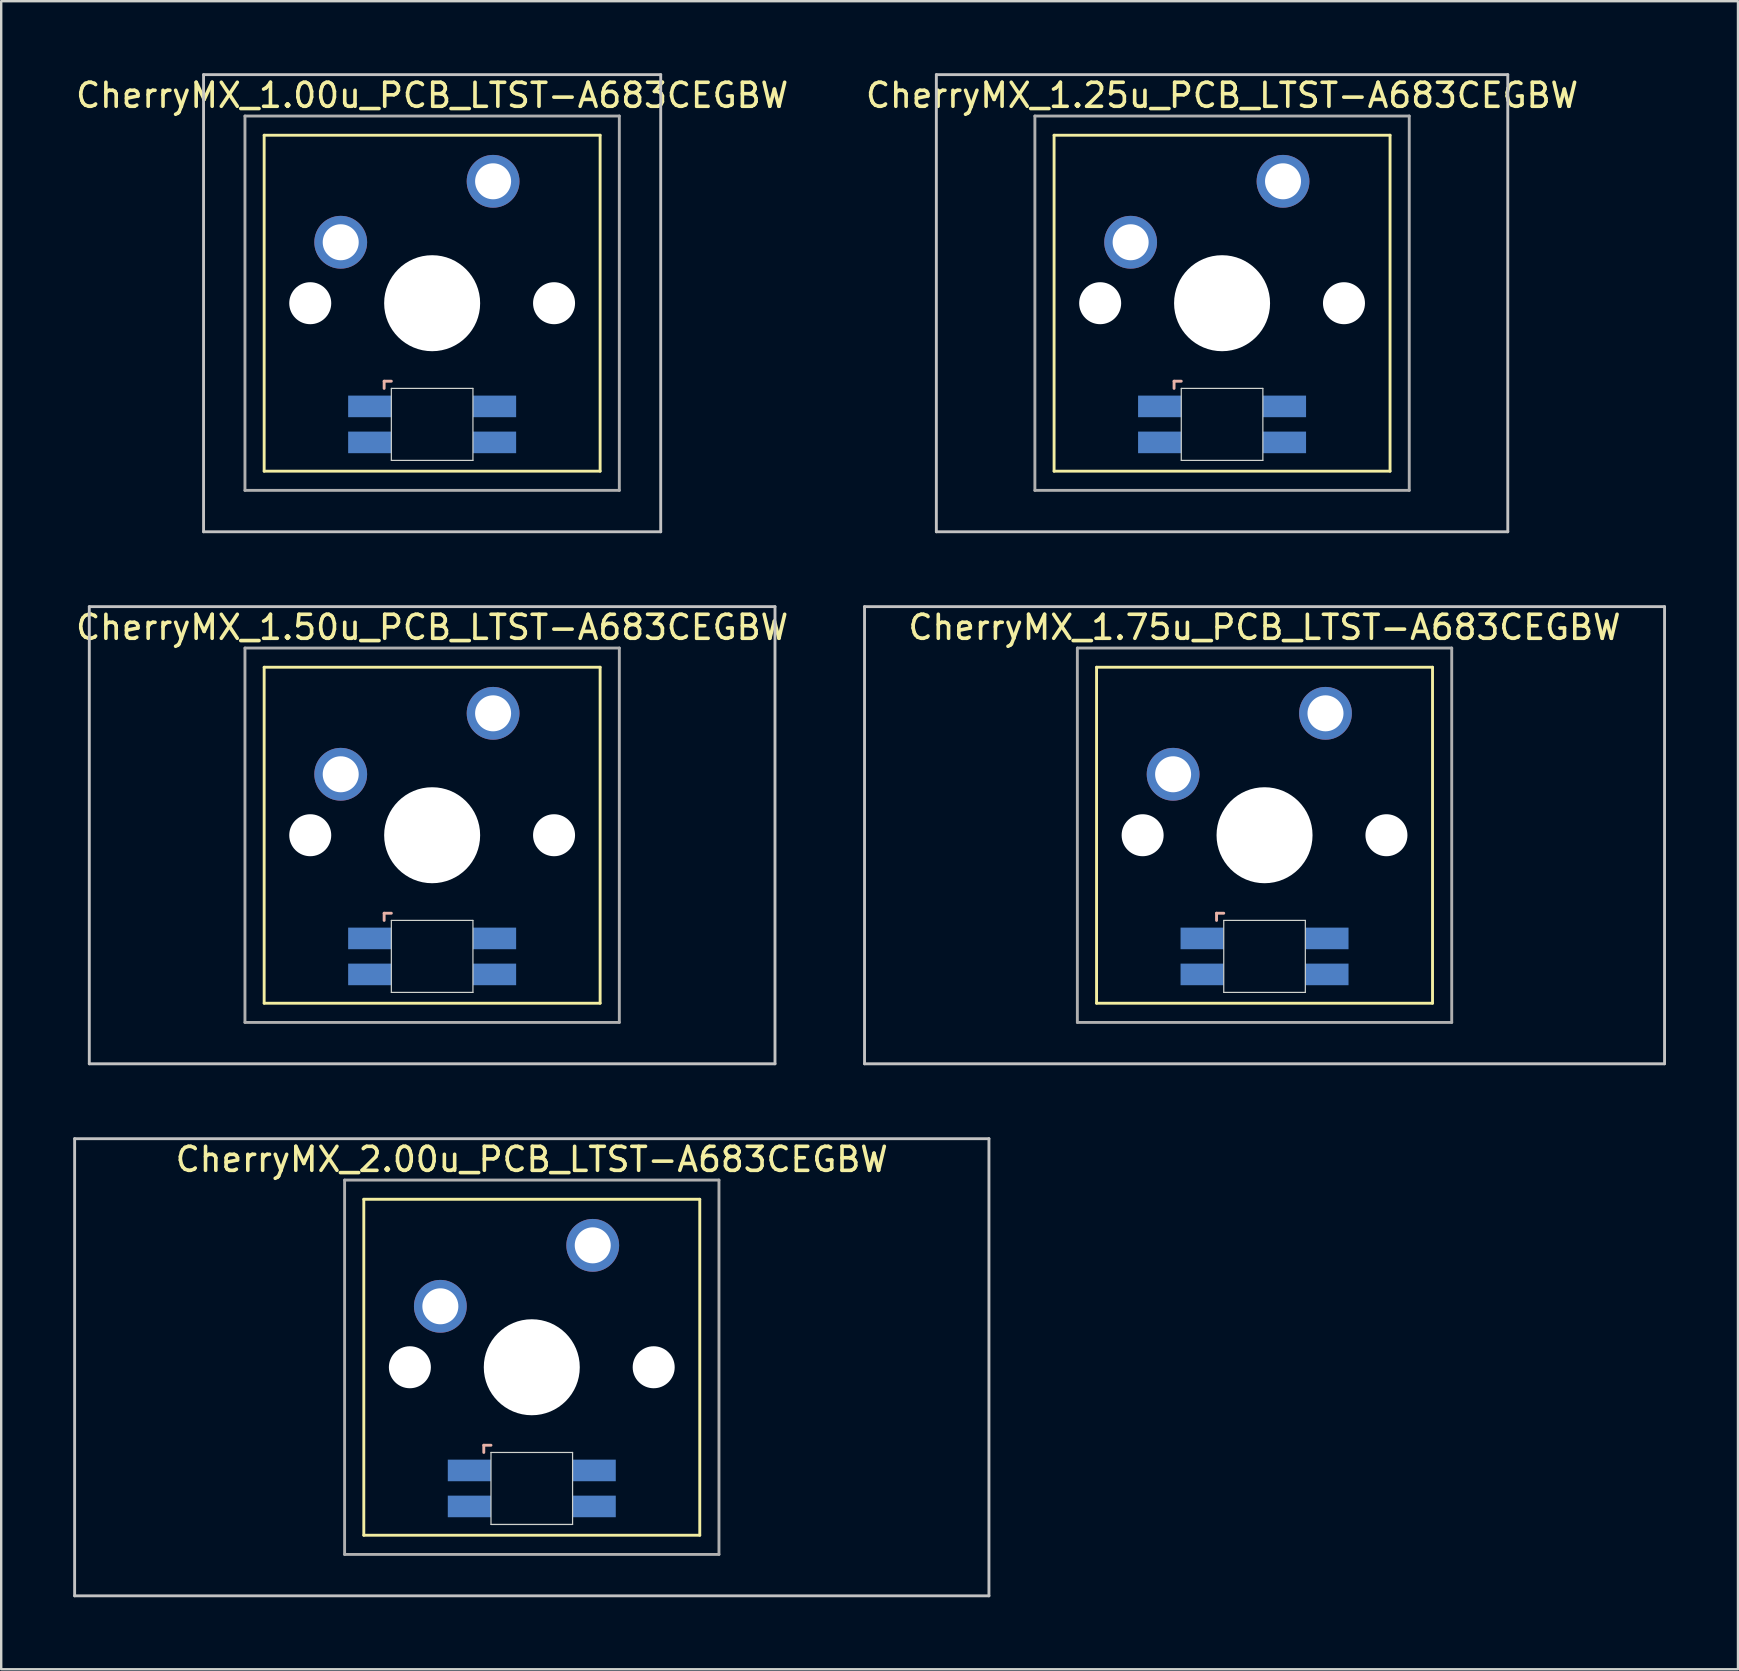
<source format=kicad_pcb>
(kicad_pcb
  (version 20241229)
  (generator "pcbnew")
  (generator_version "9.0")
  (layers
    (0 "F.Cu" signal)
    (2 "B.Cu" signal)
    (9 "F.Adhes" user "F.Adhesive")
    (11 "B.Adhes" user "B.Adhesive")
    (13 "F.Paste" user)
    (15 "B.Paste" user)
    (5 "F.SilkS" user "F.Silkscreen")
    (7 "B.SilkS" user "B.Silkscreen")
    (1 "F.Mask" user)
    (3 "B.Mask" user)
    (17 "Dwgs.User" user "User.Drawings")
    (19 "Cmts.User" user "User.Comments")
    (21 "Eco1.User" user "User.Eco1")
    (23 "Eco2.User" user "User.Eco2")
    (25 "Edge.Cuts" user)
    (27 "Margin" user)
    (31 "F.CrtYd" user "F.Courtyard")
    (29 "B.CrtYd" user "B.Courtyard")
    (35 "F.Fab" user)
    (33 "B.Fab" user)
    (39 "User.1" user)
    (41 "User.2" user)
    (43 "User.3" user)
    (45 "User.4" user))
  (footprint "CherryMX_1.50u_PCB_LTST-A683CEGBW"
    (layer "F.Cu")
    (at 14.958 31.755)
    (property "Reference" "CherryMX_1.50u_PCB_LTST-A683CEGBW" (at 0 -8.662 0) (layer "F.SilkS") (effects (font (size 1 1) (thickness 0.15))))
    (attr through_hole)
    (fp_line (start -7 -7) (end -7 7) (stroke (width 0.12) (type solid)) (layer "F.SilkS"))
    (fp_line (start -7 -7) (end 7 -7) (stroke (width 0.12) (type solid)) (layer "F.SilkS"))
    (fp_line (start 7 -7) (end 7 7) (stroke (width 0.12) (type solid)) (layer "F.SilkS"))
    (fp_line (start 7 7) (end -7 7) (stroke (width 0.12) (type solid)) (layer "F.SilkS"))
    (fp_line (start -2 3.25) (end -2 3.55) (stroke (width 0.12) (type solid)) (layer "B.SilkS"))
    (fp_line (start -1.7 3.25) (end -2 3.25) (stroke (width 0.12) (type solid)) (layer "B.SilkS"))
    (fp_line (start -14.287 -9.525) (end 14.287 -9.525) (stroke (width 0.12) (type solid)) (layer "Dwgs.User"))
    (fp_line (start -14.287 9.525) (end -14.287 -9.525) (stroke (width 0.12) (type solid)) (layer "Dwgs.User"))
    (fp_line (start 14.287 -9.525) (end 14.287 9.525) (stroke (width 0.12) (type solid)) (layer "Dwgs.User"))
    (fp_line (start 14.287 9.525) (end -14.287 9.525) (stroke (width 0.12) (type solid)) (layer "Dwgs.User"))
    (fp_line (start -1.7 3.55) (end 1.7 3.55) (stroke (width 0.05) (type solid)) (layer "Edge.Cuts"))
    (fp_line (start -1.7 6.55) (end -1.7 3.55) (stroke (width 0.05) (type solid)) (layer "Edge.Cuts"))
    (fp_line (start 1.7 3.55) (end 1.7 6.55) (stroke (width 0.05) (type solid)) (layer "Edge.Cuts"))
    (fp_line (start 1.7 6.55) (end -1.7 6.55) (stroke (width 0.05) (type solid)) (layer "Edge.Cuts"))
    (fp_line (start -7.8 -7.8) (end -7.8 7.8) (stroke (width 0.12) (type solid)) (layer "F.Fab"))
    (fp_line (start -7.8 -7.8) (end 7.8 -7.8) (stroke (width 0.12) (type solid)) (layer "F.Fab"))
    (fp_line (start -7.8 7.8) (end 7.8 7.8) (stroke (width 0.12) (type solid)) (layer "F.Fab"))
    (fp_line (start 7.8 -7.8) (end 7.8 7.8) (stroke (width 0.12) (type solid)) (layer "F.Fab"))
    (pad "" np_thru_hole circle (at -5.08 0) (size 1.75 1.75) (drill 1.75) (layers "*.Cu" "*.Mask"))
    (pad "" np_thru_hole circle (at 0 0) (size 4 4) (drill 4) (layers "*.Cu" "*.Mask"))
    (pad "" np_thru_hole circle (at 5.08 0) (size 1.75 1.75) (drill 1.75) (layers "*.Cu" "*.Mask"))
    (pad "1" thru_hole circle (at -3.81 -2.54) (size 2.2 2.2) (drill 1.5) (layers "*.Cu" "*.Mask"))
    (pad "2" thru_hole circle (at 2.54 -5.08) (size 2.2 2.2) (drill 1.5) (layers "*.Cu" "*.Mask"))
    (pad "3" smd rect (at -2.6 4.3) (size 1.8 0.9) (layers "B.Cu" "B.Mask" "B.Paste"))
    (pad "4" smd rect (at -2.6 5.8) (size 1.8 0.9) (layers "B.Cu" "B.Mask" "B.Paste"))
    (pad "5" smd rect (at 2.6 4.3) (size 1.8 0.9) (layers "B.Cu" "B.Mask" "B.Paste"))
    (pad "6" smd rect (at 2.6 5.8) (size 1.8 0.9) (layers "B.Cu" "B.Mask" "B.Paste")))
  (footprint "CherryMX_1.00u_PCB_LTST-A683CEGBW"
    (layer "F.Cu")
    (at 14.958 9.585)
    (property "Reference" "CherryMX_1.00u_PCB_LTST-A683CEGBW" (at 0 -8.662 0) (layer "F.SilkS") (effects (font (size 1 1) (thickness 0.15))))
    (attr through_hole)
    (fp_line (start -7 -7) (end -7 7) (stroke (width 0.12) (type solid)) (layer "F.SilkS"))
    (fp_line (start -7 -7) (end 7 -7) (stroke (width 0.12) (type solid)) (layer "F.SilkS"))
    (fp_line (start 7 -7) (end 7 7) (stroke (width 0.12) (type solid)) (layer "F.SilkS"))
    (fp_line (start 7 7) (end -7 7) (stroke (width 0.12) (type solid)) (layer "F.SilkS"))
    (fp_line (start -2 3.25) (end -2 3.55) (stroke (width 0.12) (type solid)) (layer "B.SilkS"))
    (fp_line (start -1.7 3.25) (end -2 3.25) (stroke (width 0.12) (type solid)) (layer "B.SilkS"))
    (fp_line (start -9.525 -9.525) (end 9.525 -9.525) (stroke (width 0.12) (type solid)) (layer "Dwgs.User"))
    (fp_line (start -9.525 9.525) (end -9.525 -9.525) (stroke (width 0.12) (type solid)) (layer "Dwgs.User"))
    (fp_line (start 9.525 -9.525) (end 9.525 9.525) (stroke (width 0.12) (type solid)) (layer "Dwgs.User"))
    (fp_line (start 9.525 9.525) (end -9.525 9.525) (stroke (width 0.12) (type solid)) (layer "Dwgs.User"))
    (fp_line (start -1.7 3.55) (end 1.7 3.55) (stroke (width 0.05) (type solid)) (layer "Edge.Cuts"))
    (fp_line (start -1.7 6.55) (end -1.7 3.55) (stroke (width 0.05) (type solid)) (layer "Edge.Cuts"))
    (fp_line (start 1.7 3.55) (end 1.7 6.55) (stroke (width 0.05) (type solid)) (layer "Edge.Cuts"))
    (fp_line (start 1.7 6.55) (end -1.7 6.55) (stroke (width 0.05) (type solid)) (layer "Edge.Cuts"))
    (fp_line (start -7.8 -7.8) (end -7.8 7.8) (stroke (width 0.12) (type solid)) (layer "F.Fab"))
    (fp_line (start -7.8 -7.8) (end 7.8 -7.8) (stroke (width 0.12) (type solid)) (layer "F.Fab"))
    (fp_line (start -7.8 7.8) (end 7.8 7.8) (stroke (width 0.12) (type solid)) (layer "F.Fab"))
    (fp_line (start 7.8 -7.8) (end 7.8 7.8) (stroke (width 0.12) (type solid)) (layer "F.Fab"))
    (pad "" np_thru_hole circle (at -5.08 0) (size 1.75 1.75) (drill 1.75) (layers "*.Cu" "*.Mask"))
    (pad "" np_thru_hole circle (at 0 0) (size 4 4) (drill 4) (layers "*.Cu" "*.Mask"))
    (pad "" np_thru_hole circle (at 5.08 0) (size 1.75 1.75) (drill 1.75) (layers "*.Cu" "*.Mask"))
    (pad "1" thru_hole circle (at -3.81 -2.54) (size 2.2 2.2) (drill 1.5) (layers "*.Cu" "*.Mask"))
    (pad "2" thru_hole circle (at 2.54 -5.08) (size 2.2 2.2) (drill 1.5) (layers "*.Cu" "*.Mask"))
    (pad "3" smd rect (at -2.6 4.3) (size 1.8 0.9) (layers "B.Cu" "B.Mask" "B.Paste"))
    (pad "4" smd rect (at -2.6 5.8) (size 1.8 0.9) (layers "B.Cu" "B.Mask" "B.Paste"))
    (pad "5" smd rect (at 2.6 4.3) (size 1.8 0.9) (layers "B.Cu" "B.Mask" "B.Paste"))
    (pad "6" smd rect (at 2.6 5.8) (size 1.8 0.9) (layers "B.Cu" "B.Mask" "B.Paste")))
  (footprint "CherryMX_1.75u_PCB_LTST-A683CEGBW"
    (layer "F.Cu")
    (at 49.645 31.755)
    (property "Reference" "CherryMX_1.75u_PCB_LTST-A683CEGBW" (at 0 -8.662 0) (layer "F.SilkS") (effects (font (size 1 1) (thickness 0.15))))
    (attr through_hole)
    (fp_line (start -7 -7) (end -7 7) (stroke (width 0.12) (type solid)) (layer "F.SilkS"))
    (fp_line (start -7 -7) (end 7 -7) (stroke (width 0.12) (type solid)) (layer "F.SilkS"))
    (fp_line (start 7 -7) (end 7 7) (stroke (width 0.12) (type solid)) (layer "F.SilkS"))
    (fp_line (start 7 7) (end -7 7) (stroke (width 0.12) (type solid)) (layer "F.SilkS"))
    (fp_line (start -2 3.25) (end -2 3.55) (stroke (width 0.12) (type solid)) (layer "B.SilkS"))
    (fp_line (start -1.7 3.25) (end -2 3.25) (stroke (width 0.12) (type solid)) (layer "B.SilkS"))
    (fp_line (start -16.669 -9.525) (end 16.669 -9.525) (stroke (width 0.12) (type solid)) (layer "Dwgs.User"))
    (fp_line (start -16.669 9.525) (end -16.669 -9.525) (stroke (width 0.12) (type solid)) (layer "Dwgs.User"))
    (fp_line (start 16.669 -9.525) (end 16.669 9.525) (stroke (width 0.12) (type solid)) (layer "Dwgs.User"))
    (fp_line (start 16.669 9.525) (end -16.669 9.525) (stroke (width 0.12) (type solid)) (layer "Dwgs.User"))
    (fp_line (start -1.7 3.55) (end 1.7 3.55) (stroke (width 0.05) (type solid)) (layer "Edge.Cuts"))
    (fp_line (start -1.7 6.55) (end -1.7 3.55) (stroke (width 0.05) (type solid)) (layer "Edge.Cuts"))
    (fp_line (start 1.7 3.55) (end 1.7 6.55) (stroke (width 0.05) (type solid)) (layer "Edge.Cuts"))
    (fp_line (start 1.7 6.55) (end -1.7 6.55) (stroke (width 0.05) (type solid)) (layer "Edge.Cuts"))
    (fp_line (start -7.8 -7.8) (end -7.8 7.8) (stroke (width 0.12) (type solid)) (layer "F.Fab"))
    (fp_line (start -7.8 -7.8) (end 7.8 -7.8) (stroke (width 0.12) (type solid)) (layer "F.Fab"))
    (fp_line (start -7.8 7.8) (end 7.8 7.8) (stroke (width 0.12) (type solid)) (layer "F.Fab"))
    (fp_line (start 7.8 -7.8) (end 7.8 7.8) (stroke (width 0.12) (type solid)) (layer "F.Fab"))
    (pad "" np_thru_hole circle (at -5.08 0) (size 1.75 1.75) (drill 1.75) (layers "*.Cu" "*.Mask"))
    (pad "" np_thru_hole circle (at 0 0) (size 4 4) (drill 4) (layers "*.Cu" "*.Mask"))
    (pad "" np_thru_hole circle (at 5.08 0) (size 1.75 1.75) (drill 1.75) (layers "*.Cu" "*.Mask"))
    (pad "1" thru_hole circle (at -3.81 -2.54) (size 2.2 2.2) (drill 1.5) (layers "*.Cu" "*.Mask"))
    (pad "2" thru_hole circle (at 2.54 -5.08) (size 2.2 2.2) (drill 1.5) (layers "*.Cu" "*.Mask"))
    (pad "3" smd rect (at -2.6 4.3) (size 1.8 0.9) (layers "B.Cu" "B.Mask" "B.Paste"))
    (pad "4" smd rect (at -2.6 5.8) (size 1.8 0.9) (layers "B.Cu" "B.Mask" "B.Paste"))
    (pad "5" smd rect (at 2.6 4.3) (size 1.8 0.9) (layers "B.Cu" "B.Mask" "B.Paste"))
    (pad "6" smd rect (at 2.6 5.8) (size 1.8 0.9) (layers "B.Cu" "B.Mask" "B.Paste")))
  (footprint "CherryMX_1.25u_PCB_LTST-A683CEGBW"
    (layer "F.Cu")
    (at 47.875 9.585)
    (property "Reference" "CherryMX_1.25u_PCB_LTST-A683CEGBW" (at 0 -8.662 0) (layer "F.SilkS") (effects (font (size 1 1) (thickness 0.15))))
    (attr through_hole)
    (fp_line (start -7 -7) (end -7 7) (stroke (width 0.12) (type solid)) (layer "F.SilkS"))
    (fp_line (start -7 -7) (end 7 -7) (stroke (width 0.12) (type solid)) (layer "F.SilkS"))
    (fp_line (start 7 -7) (end 7 7) (stroke (width 0.12) (type solid)) (layer "F.SilkS"))
    (fp_line (start 7 7) (end -7 7) (stroke (width 0.12) (type solid)) (layer "F.SilkS"))
    (fp_line (start -2 3.25) (end -2 3.55) (stroke (width 0.12) (type solid)) (layer "B.SilkS"))
    (fp_line (start -1.7 3.25) (end -2 3.25) (stroke (width 0.12) (type solid)) (layer "B.SilkS"))
    (fp_line (start -11.906 -9.525) (end 11.906 -9.525) (stroke (width 0.12) (type solid)) (layer "Dwgs.User"))
    (fp_line (start -11.906 9.525) (end -11.906 -9.525) (stroke (width 0.12) (type solid)) (layer "Dwgs.User"))
    (fp_line (start 11.906 -9.525) (end 11.906 9.525) (stroke (width 0.12) (type solid)) (layer "Dwgs.User"))
    (fp_line (start 11.906 9.525) (end -11.906 9.525) (stroke (width 0.12) (type solid)) (layer "Dwgs.User"))
    (fp_line (start -1.7 3.55) (end 1.7 3.55) (stroke (width 0.05) (type solid)) (layer "Edge.Cuts"))
    (fp_line (start -1.7 6.55) (end -1.7 3.55) (stroke (width 0.05) (type solid)) (layer "Edge.Cuts"))
    (fp_line (start 1.7 3.55) (end 1.7 6.55) (stroke (width 0.05) (type solid)) (layer "Edge.Cuts"))
    (fp_line (start 1.7 6.55) (end -1.7 6.55) (stroke (width 0.05) (type solid)) (layer "Edge.Cuts"))
    (fp_line (start -7.8 -7.8) (end -7.8 7.8) (stroke (width 0.12) (type solid)) (layer "F.Fab"))
    (fp_line (start -7.8 -7.8) (end 7.8 -7.8) (stroke (width 0.12) (type solid)) (layer "F.Fab"))
    (fp_line (start -7.8 7.8) (end 7.8 7.8) (stroke (width 0.12) (type solid)) (layer "F.Fab"))
    (fp_line (start 7.8 -7.8) (end 7.8 7.8) (stroke (width 0.12) (type solid)) (layer "F.Fab"))
    (pad "" np_thru_hole circle (at -5.08 0) (size 1.75 1.75) (drill 1.75) (layers "*.Cu" "*.Mask"))
    (pad "" np_thru_hole circle (at 0 0) (size 4 4) (drill 4) (layers "*.Cu" "*.Mask"))
    (pad "" np_thru_hole circle (at 5.08 0) (size 1.75 1.75) (drill 1.75) (layers "*.Cu" "*.Mask"))
    (pad "1" thru_hole circle (at -3.81 -2.54) (size 2.2 2.2) (drill 1.5) (layers "*.Cu" "*.Mask"))
    (pad "2" thru_hole circle (at 2.54 -5.08) (size 2.2 2.2) (drill 1.5) (layers "*.Cu" "*.Mask"))
    (pad "3" smd rect (at -2.6 4.3) (size 1.8 0.9) (layers "B.Cu" "B.Mask" "B.Paste"))
    (pad "4" smd rect (at -2.6 5.8) (size 1.8 0.9) (layers "B.Cu" "B.Mask" "B.Paste"))
    (pad "5" smd rect (at 2.6 4.3) (size 1.8 0.9) (layers "B.Cu" "B.Mask" "B.Paste"))
    (pad "6" smd rect (at 2.6 5.8) (size 1.8 0.9) (layers "B.Cu" "B.Mask" "B.Paste")))
  (footprint "CherryMX_2.00u_PCB_LTST-A683CEGBW"
    (layer "F.Cu")
    (at 19.11 53.925)
    (property "Reference" "CherryMX_2.00u_PCB_LTST-A683CEGBW" (at 0 -8.662 0) (layer "F.SilkS") (effects (font (size 1 1) (thickness 0.15))))
    (attr through_hole)
    (fp_line (start -7 -7) (end -7 7) (stroke (width 0.12) (type solid)) (layer "F.SilkS"))
    (fp_line (start -7 -7) (end 7 -7) (stroke (width 0.12) (type solid)) (layer "F.SilkS"))
    (fp_line (start 7 -7) (end 7 7) (stroke (width 0.12) (type solid)) (layer "F.SilkS"))
    (fp_line (start 7 7) (end -7 7) (stroke (width 0.12) (type solid)) (layer "F.SilkS"))
    (fp_line (start -2 3.25) (end -2 3.55) (stroke (width 0.12) (type solid)) (layer "B.SilkS"))
    (fp_line (start -1.7 3.25) (end -2 3.25) (stroke (width 0.12) (type solid)) (layer "B.SilkS"))
    (fp_line (start -19.05 -9.525) (end 19.05 -9.525) (stroke (width 0.12) (type solid)) (layer "Dwgs.User"))
    (fp_line (start -19.05 9.525) (end -19.05 -9.525) (stroke (width 0.12) (type solid)) (layer "Dwgs.User"))
    (fp_line (start 19.05 -9.525) (end 19.05 9.525) (stroke (width 0.12) (type solid)) (layer "Dwgs.User"))
    (fp_line (start 19.05 9.525) (end -19.05 9.525) (stroke (width 0.12) (type solid)) (layer "Dwgs.User"))
    (fp_line (start -1.7 3.55) (end 1.7 3.55) (stroke (width 0.05) (type solid)) (layer "Edge.Cuts"))
    (fp_line (start -1.7 6.55) (end -1.7 3.55) (stroke (width 0.05) (type solid)) (layer "Edge.Cuts"))
    (fp_line (start 1.7 3.55) (end 1.7 6.55) (stroke (width 0.05) (type solid)) (layer "Edge.Cuts"))
    (fp_line (start 1.7 6.55) (end -1.7 6.55) (stroke (width 0.05) (type solid)) (layer "Edge.Cuts"))
    (fp_line (start -7.8 -7.8) (end -7.8 7.8) (stroke (width 0.12) (type solid)) (layer "F.Fab"))
    (fp_line (start -7.8 -7.8) (end 7.8 -7.8) (stroke (width 0.12) (type solid)) (layer "F.Fab"))
    (fp_line (start -7.8 7.8) (end 7.8 7.8) (stroke (width 0.12) (type solid)) (layer "F.Fab"))
    (fp_line (start 7.8 -7.8) (end 7.8 7.8) (stroke (width 0.12) (type solid)) (layer "F.Fab"))
    (pad "" np_thru_hole circle (at -5.08 0) (size 1.75 1.75) (drill 1.75) (layers "*.Cu" "*.Mask"))
    (pad "" np_thru_hole circle (at 0 0) (size 4 4) (drill 4) (layers "*.Cu" "*.Mask"))
    (pad "" np_thru_hole circle (at 5.08 0) (size 1.75 1.75) (drill 1.75) (layers "*.Cu" "*.Mask"))
    (pad "1" thru_hole circle (at -3.81 -2.54) (size 2.2 2.2) (drill 1.5) (layers "*.Cu" "*.Mask"))
    (pad "2" thru_hole circle (at 2.54 -5.08) (size 2.2 2.2) (drill 1.5) (layers "*.Cu" "*.Mask"))
    (pad "3" smd rect (at -2.6 4.3) (size 1.8 0.9) (layers "B.Cu" "B.Mask" "B.Paste"))
    (pad "4" smd rect (at -2.6 5.8) (size 1.8 0.9) (layers "B.Cu" "B.Mask" "B.Paste"))
    (pad "5" smd rect (at 2.6 4.3) (size 1.8 0.9) (layers "B.Cu" "B.Mask" "B.Paste"))
    (pad "6" smd rect (at 2.6 5.8) (size 1.8 0.9) (layers "B.Cu" "B.Mask" "B.Paste")))
  (gr_rect
    (start -3 -3)
    (end 69.374 66.51)
    (stroke (width 0.1) (type default))
    (fill no)
    (layer "Edge.Cuts")))
</source>
